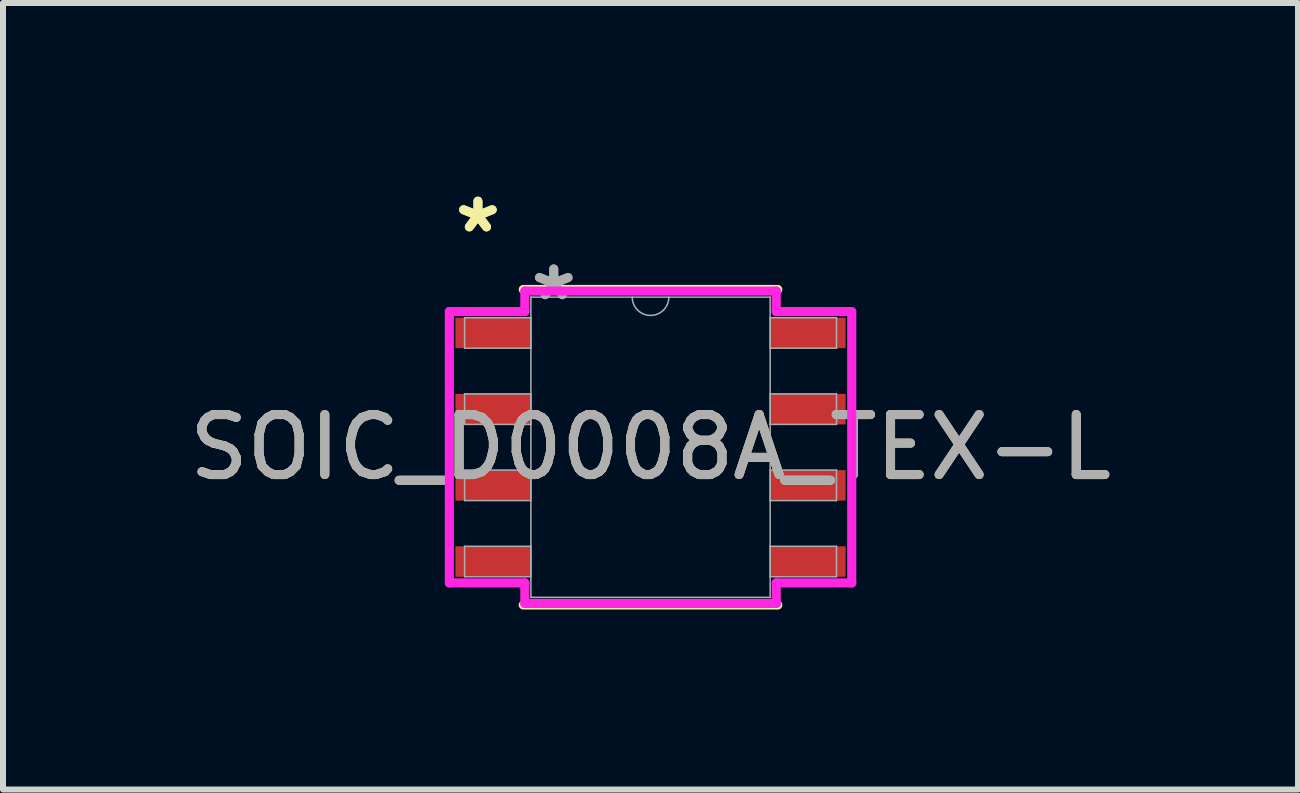
<source format=kicad_pcb>
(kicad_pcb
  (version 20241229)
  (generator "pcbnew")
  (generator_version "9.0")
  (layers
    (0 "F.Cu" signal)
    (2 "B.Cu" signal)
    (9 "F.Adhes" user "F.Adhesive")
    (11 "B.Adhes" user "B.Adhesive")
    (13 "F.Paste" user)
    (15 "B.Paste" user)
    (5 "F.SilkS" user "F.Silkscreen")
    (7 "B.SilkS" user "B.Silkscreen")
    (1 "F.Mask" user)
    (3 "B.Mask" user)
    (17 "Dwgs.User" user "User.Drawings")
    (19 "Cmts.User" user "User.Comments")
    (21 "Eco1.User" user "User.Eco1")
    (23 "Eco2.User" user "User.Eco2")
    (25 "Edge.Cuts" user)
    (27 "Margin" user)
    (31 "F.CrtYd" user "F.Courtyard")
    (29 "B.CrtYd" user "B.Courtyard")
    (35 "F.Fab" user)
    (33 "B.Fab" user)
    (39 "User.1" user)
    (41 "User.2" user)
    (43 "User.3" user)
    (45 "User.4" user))
  (footprint "SOIC_D0008A_TEX-L"
    (layer "F.Cu")
    (at 7.792 4.404)
    (property "Reference" "SOIC_D0008A_TEX-L" (at 0 0 0) (unlocked yes) (layer "F.SilkS") (effects (font (size 1 1) (thickness 0.15))))
    (attr smd)
    (fp_line (start -2.121 2.629) (end 2.121 2.629) (stroke (width 0.152) (type solid)) (layer "F.SilkS"))
    (fp_line (start 2.121 -2.629) (end -2.121 -2.629) (stroke (width 0.152) (type solid)) (layer "F.SilkS"))
    (fp_line (start -3.353 -2.261) (end -2.095 -2.261) (stroke (width 0.152) (type solid)) (layer "F.CrtYd"))
    (fp_line (start -3.353 2.261) (end -3.353 -2.261) (stroke (width 0.152) (type solid)) (layer "F.CrtYd"))
    (fp_line (start -3.353 2.261) (end -2.095 2.261) (stroke (width 0.152) (type solid)) (layer "F.CrtYd"))
    (fp_line (start -2.095 -2.603) (end 2.095 -2.603) (stroke (width 0.152) (type solid)) (layer "F.CrtYd"))
    (fp_line (start -2.095 -2.261) (end -2.095 -2.603) (stroke (width 0.152) (type solid)) (layer "F.CrtYd"))
    (fp_line (start -2.095 2.603) (end -2.095 2.261) (stroke (width 0.152) (type solid)) (layer "F.CrtYd"))
    (fp_line (start 2.095 -2.603) (end 2.095 -2.261) (stroke (width 0.152) (type solid)) (layer "F.CrtYd"))
    (fp_line (start 2.095 2.261) (end 2.095 2.603) (stroke (width 0.152) (type solid)) (layer "F.CrtYd"))
    (fp_line (start 2.095 2.603) (end -2.095 2.603) (stroke (width 0.152) (type solid)) (layer "F.CrtYd"))
    (fp_line (start 3.353 -2.261) (end 2.095 -2.261) (stroke (width 0.152) (type solid)) (layer "F.CrtYd"))
    (fp_line (start 3.353 -2.261) (end 3.353 2.261) (stroke (width 0.152) (type solid)) (layer "F.CrtYd"))
    (fp_line (start 3.353 2.261) (end 2.095 2.261) (stroke (width 0.152) (type solid)) (layer "F.CrtYd"))
    (fp_line (start -3.099 -2.159) (end -3.099 -1.651) (stroke (width 0.025) (type solid)) (layer "F.Fab"))
    (fp_line (start -3.099 -1.651) (end -1.994 -1.651) (stroke (width 0.025) (type solid)) (layer "F.Fab"))
    (fp_line (start -3.099 -0.889) (end -3.099 -0.381) (stroke (width 0.025) (type solid)) (layer "F.Fab"))
    (fp_line (start -3.099 -0.381) (end -1.994 -0.381) (stroke (width 0.025) (type solid)) (layer "F.Fab"))
    (fp_line (start -3.099 0.381) (end -3.099 0.889) (stroke (width 0.025) (type solid)) (layer "F.Fab"))
    (fp_line (start -3.099 0.889) (end -1.994 0.889) (stroke (width 0.025) (type solid)) (layer "F.Fab"))
    (fp_line (start -3.099 1.651) (end -3.099 2.159) (stroke (width 0.025) (type solid)) (layer "F.Fab"))
    (fp_line (start -3.099 2.159) (end -1.994 2.159) (stroke (width 0.025) (type solid)) (layer "F.Fab"))
    (fp_line (start -1.994 -2.502) (end -1.994 2.502) (stroke (width 0.025) (type solid)) (layer "F.Fab"))
    (fp_line (start -1.994 -2.159) (end -3.099 -2.159) (stroke (width 0.025) (type solid)) (layer "F.Fab"))
    (fp_line (start -1.994 -1.651) (end -1.994 -2.159) (stroke (width 0.025) (type solid)) (layer "F.Fab"))
    (fp_line (start -1.994 -0.889) (end -3.099 -0.889) (stroke (width 0.025) (type solid)) (layer "F.Fab"))
    (fp_line (start -1.994 -0.381) (end -1.994 -0.889) (stroke (width 0.025) (type solid)) (layer "F.Fab"))
    (fp_line (start -1.994 0.381) (end -3.099 0.381) (stroke (width 0.025) (type solid)) (layer "F.Fab"))
    (fp_line (start -1.994 0.889) (end -1.994 0.381) (stroke (width 0.025) (type solid)) (layer "F.Fab"))
    (fp_line (start -1.994 1.651) (end -3.099 1.651) (stroke (width 0.025) (type solid)) (layer "F.Fab"))
    (fp_line (start -1.994 2.159) (end -1.994 1.651) (stroke (width 0.025) (type solid)) (layer "F.Fab"))
    (fp_line (start -1.994 2.502) (end 1.994 2.502) (stroke (width 0.025) (type solid)) (layer "F.Fab"))
    (fp_line (start 1.994 -2.502) (end -1.994 -2.502) (stroke (width 0.025) (type solid)) (layer "F.Fab"))
    (fp_line (start 1.994 -2.159) (end 1.994 -1.651) (stroke (width 0.025) (type solid)) (layer "F.Fab"))
    (fp_line (start 1.994 -1.651) (end 3.099 -1.651) (stroke (width 0.025) (type solid)) (layer "F.Fab"))
    (fp_line (start 1.994 -0.889) (end 1.994 -0.381) (stroke (width 0.025) (type solid)) (layer "F.Fab"))
    (fp_line (start 1.994 -0.381) (end 3.099 -0.381) (stroke (width 0.025) (type solid)) (layer "F.Fab"))
    (fp_line (start 1.994 0.381) (end 1.994 0.889) (stroke (width 0.025) (type solid)) (layer "F.Fab"))
    (fp_line (start 1.994 0.889) (end 3.099 0.889) (stroke (width 0.025) (type solid)) (layer "F.Fab"))
    (fp_line (start 1.994 1.651) (end 1.994 2.159) (stroke (width 0.025) (type solid)) (layer "F.Fab"))
    (fp_line (start 1.994 2.159) (end 3.099 2.159) (stroke (width 0.025) (type solid)) (layer "F.Fab"))
    (fp_line (start 1.994 2.502) (end 1.994 -2.502) (stroke (width 0.025) (type solid)) (layer "F.Fab"))
    (fp_line (start 3.099 -2.159) (end 1.994 -2.159) (stroke (width 0.025) (type solid)) (layer "F.Fab"))
    (fp_line (start 3.099 -1.651) (end 3.099 -2.159) (stroke (width 0.025) (type solid)) (layer "F.Fab"))
    (fp_line (start 3.099 -0.889) (end 1.994 -0.889) (stroke (width 0.025) (type solid)) (layer "F.Fab"))
    (fp_line (start 3.099 -0.381) (end 3.099 -0.889) (stroke (width 0.025) (type solid)) (layer "F.Fab"))
    (fp_line (start 3.099 0.381) (end 1.994 0.381) (stroke (width 0.025) (type solid)) (layer "F.Fab"))
    (fp_line (start 3.099 0.889) (end 3.099 0.381) (stroke (width 0.025) (type solid)) (layer "F.Fab"))
    (fp_line (start 3.099 1.651) (end 1.994 1.651) (stroke (width 0.025) (type solid)) (layer "F.Fab"))
    (fp_line (start 3.099 2.159) (end 3.099 1.651) (stroke (width 0.025) (type solid)) (layer "F.Fab"))
    (fp_arc (start 0.3048 -2.5019) (mid 0 -2.1971) (end -0.3048 -2.5019) (stroke (width 0.0254) (type solid)) (layer "F.Fab"))
    (fp_text user "*" (at -2.877 -3.556 0) (layer "F.SilkS") (effects (font (size 1 1) (thickness 0.15))))
    (fp_text user "*" (at -2.877 -3.556 0) (unlocked yes) (layer "F.SilkS") (effects (font (size 1 1) (thickness 0.15))))
    (fp_text user "${REFERENCE}" (at 0 0 0) (unlocked yes) (layer "F.Fab") (effects (font (size 1 1) (thickness 0.15))))
    (fp_text user "*" (at -1.613 -2.426 0) (layer "F.Fab") (effects (font (size 1 1) (thickness 0.15))))
    (fp_text user "*" (at -1.613 -2.426 0) (unlocked yes) (layer "F.Fab") (effects (font (size 1 1) (thickness 0.15))))
    (pad "1" smd rect (at -2.623 -1.905) (size 1.257 0.508) (layers "F.Cu" "F.Mask" "F.Paste"))
    (pad "2" smd rect (at -2.623 -0.635) (size 1.257 0.508) (layers "F.Cu" "F.Mask" "F.Paste"))
    (pad "3" smd rect (at -2.623 0.635) (size 1.257 0.508) (layers "F.Cu" "F.Mask" "F.Paste"))
    (pad "4" smd rect (at -2.623 1.905) (size 1.257 0.508) (layers "F.Cu" "F.Mask" "F.Paste"))
    (pad "5" smd rect (at 2.623 1.905) (size 1.257 0.508) (layers "F.Cu" "F.Mask" "F.Paste"))
    (pad "6" smd rect (at 2.623 0.635) (size 1.257 0.508) (layers "F.Cu" "F.Mask" "F.Paste"))
    (pad "7" smd rect (at 2.623 -0.635) (size 1.257 0.508) (layers "F.Cu" "F.Mask" "F.Paste"))
    (pad "8" smd rect (at 2.623 -1.905) (size 1.257 0.508) (layers "F.Cu" "F.Mask" "F.Paste")))
  (gr_rect
    (start -3 -3)
    (end 18.583 10.109)
    (stroke (width 0.1) (type default))
    (fill no)
    (layer "Edge.Cuts")))
</source>
